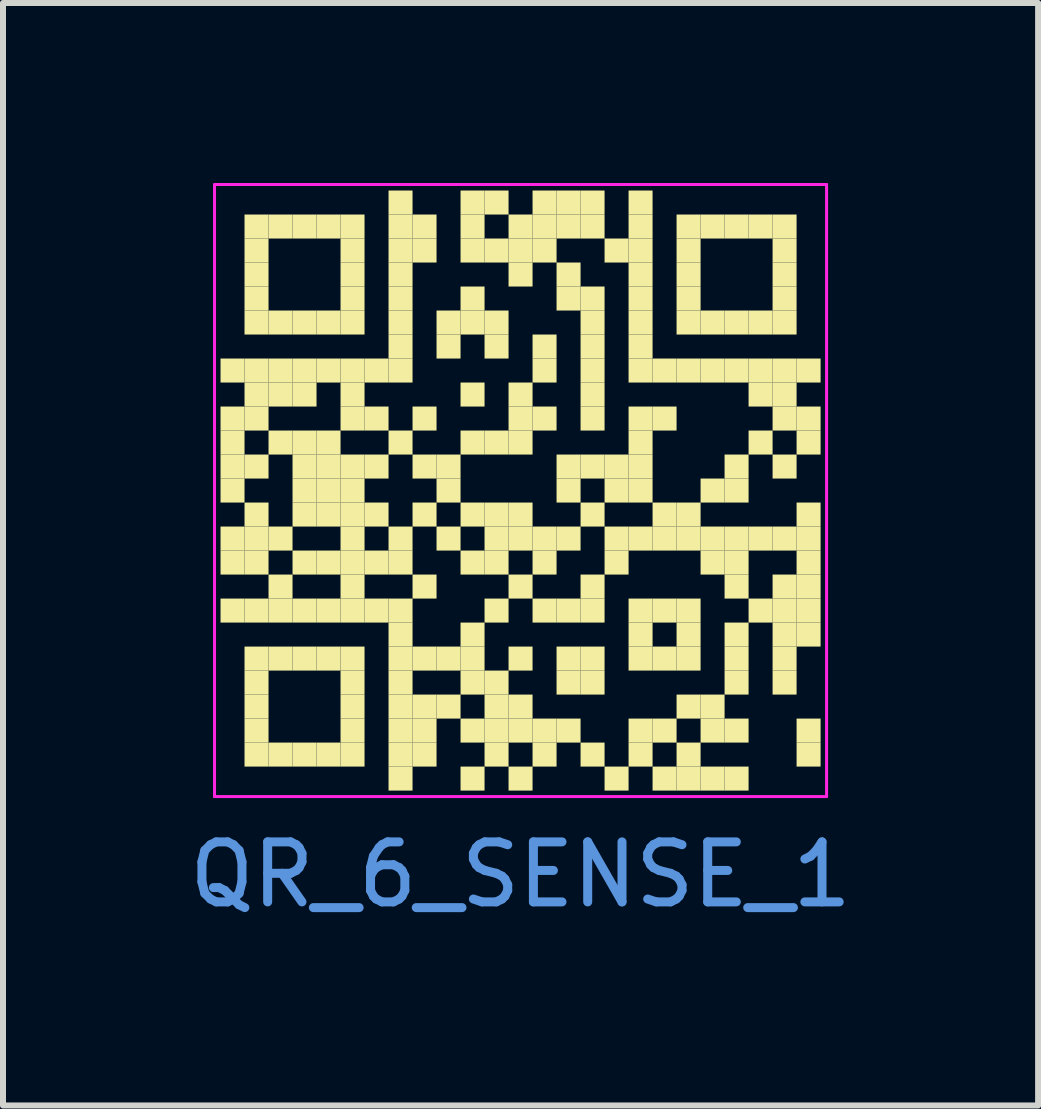
<source format=kicad_pcb>
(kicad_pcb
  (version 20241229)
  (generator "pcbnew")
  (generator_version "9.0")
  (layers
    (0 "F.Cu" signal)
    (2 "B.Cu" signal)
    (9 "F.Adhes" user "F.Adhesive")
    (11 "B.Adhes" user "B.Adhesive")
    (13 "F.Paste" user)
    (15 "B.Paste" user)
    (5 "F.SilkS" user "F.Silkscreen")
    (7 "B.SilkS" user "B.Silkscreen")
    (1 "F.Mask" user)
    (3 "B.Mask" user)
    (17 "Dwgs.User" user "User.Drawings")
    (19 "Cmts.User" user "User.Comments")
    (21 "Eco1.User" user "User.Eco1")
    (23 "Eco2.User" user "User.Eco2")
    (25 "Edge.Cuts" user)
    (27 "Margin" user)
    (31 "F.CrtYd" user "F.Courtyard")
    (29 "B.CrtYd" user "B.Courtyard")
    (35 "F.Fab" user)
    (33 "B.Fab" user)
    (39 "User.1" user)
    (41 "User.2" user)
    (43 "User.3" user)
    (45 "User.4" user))
  (footprint "QR_6_SENSE_1"
    (layer "F.Cu")
    (at 5.625 5.125)
    (property "Reference" "QR_6_SENSE_1" (at 0 6.4 0) (layer "Cmts.User") (effects (font (size 1 1) (thickness 0.15))))
    (fp_rect (start -5 -2.2) (end -4.6 -1.8) (stroke (width 0) (type solid)) (fill yes) (layer "F.SilkS"))
    (fp_rect (start -5 -1.4) (end -4.6 -1) (stroke (width 0) (type solid)) (fill yes) (layer "F.SilkS"))
    (fp_rect (start -5 -1) (end -4.6 -0.6) (stroke (width 0) (type solid)) (fill yes) (layer "F.SilkS"))
    (fp_rect (start -5 -0.6) (end -4.6 -0.2) (stroke (width 0) (type solid)) (fill yes) (layer "F.SilkS"))
    (fp_rect (start -5 -0.2) (end -4.6 0.2) (stroke (width 0) (type solid)) (fill yes) (layer "F.SilkS"))
    (fp_rect (start -5 0.6) (end -4.6 1) (stroke (width 0) (type solid)) (fill yes) (layer "F.SilkS"))
    (fp_rect (start -5 1) (end -4.6 1.4) (stroke (width 0) (type solid)) (fill yes) (layer "F.SilkS"))
    (fp_rect (start -5 1.8) (end -4.6 2.2) (stroke (width 0) (type solid)) (fill yes) (layer "F.SilkS"))
    (fp_rect (start -4.6 -4.6) (end -4.2 -4.2) (stroke (width 0) (type solid)) (fill yes) (layer "F.SilkS"))
    (fp_rect (start -4.6 -4.2) (end -4.2 -3.8) (stroke (width 0) (type solid)) (fill yes) (layer "F.SilkS"))
    (fp_rect (start -4.6 -3.8) (end -4.2 -3.4) (stroke (width 0) (type solid)) (fill yes) (layer "F.SilkS"))
    (fp_rect (start -4.6 -3.4) (end -4.2 -3) (stroke (width 0) (type solid)) (fill yes) (layer "F.SilkS"))
    (fp_rect (start -4.6 -3) (end -4.2 -2.6) (stroke (width 0) (type solid)) (fill yes) (layer "F.SilkS"))
    (fp_rect (start -4.6 -2.2) (end -4.2 -1.8) (stroke (width 0) (type solid)) (fill yes) (layer "F.SilkS"))
    (fp_rect (start -4.6 -1.8) (end -4.2 -1.4) (stroke (width 0) (type solid)) (fill yes) (layer "F.SilkS"))
    (fp_rect (start -4.6 -1.4) (end -4.2 -1) (stroke (width 0) (type solid)) (fill yes) (layer "F.SilkS"))
    (fp_rect (start -4.6 -0.6) (end -4.2 -0.2) (stroke (width 0) (type solid)) (fill yes) (layer "F.SilkS"))
    (fp_rect (start -4.6 0.2) (end -4.2 0.6) (stroke (width 0) (type solid)) (fill yes) (layer "F.SilkS"))
    (fp_rect (start -4.6 0.6) (end -4.2 1) (stroke (width 0) (type solid)) (fill yes) (layer "F.SilkS"))
    (fp_rect (start -4.6 1) (end -4.2 1.4) (stroke (width 0) (type solid)) (fill yes) (layer "F.SilkS"))
    (fp_rect (start -4.6 1.8) (end -4.2 2.2) (stroke (width 0) (type solid)) (fill yes) (layer "F.SilkS"))
    (fp_rect (start -4.6 2.6) (end -4.2 3) (stroke (width 0) (type solid)) (fill yes) (layer "F.SilkS"))
    (fp_rect (start -4.6 3) (end -4.2 3.4) (stroke (width 0) (type solid)) (fill yes) (layer "F.SilkS"))
    (fp_rect (start -4.6 3.4) (end -4.2 3.8) (stroke (width 0) (type solid)) (fill yes) (layer "F.SilkS"))
    (fp_rect (start -4.6 3.8) (end -4.2 4.2) (stroke (width 0) (type solid)) (fill yes) (layer "F.SilkS"))
    (fp_rect (start -4.6 4.2) (end -4.2 4.6) (stroke (width 0) (type solid)) (fill yes) (layer "F.SilkS"))
    (fp_rect (start -4.2 -4.6) (end -3.8 -4.2) (stroke (width 0) (type solid)) (fill yes) (layer "F.SilkS"))
    (fp_rect (start -4.2 -3) (end -3.8 -2.6) (stroke (width 0) (type solid)) (fill yes) (layer "F.SilkS"))
    (fp_rect (start -4.2 -2.2) (end -3.8 -1.8) (stroke (width 0) (type solid)) (fill yes) (layer "F.SilkS"))
    (fp_rect (start -4.2 -1.8) (end -3.8 -1.4) (stroke (width 0) (type solid)) (fill yes) (layer "F.SilkS"))
    (fp_rect (start -4.2 -1) (end -3.8 -0.6) (stroke (width 0) (type solid)) (fill yes) (layer "F.SilkS"))
    (fp_rect (start -4.2 0.6) (end -3.8 1) (stroke (width 0) (type solid)) (fill yes) (layer "F.SilkS"))
    (fp_rect (start -4.2 1.4) (end -3.8 1.8) (stroke (width 0) (type solid)) (fill yes) (layer "F.SilkS"))
    (fp_rect (start -4.2 1.8) (end -3.8 2.2) (stroke (width 0) (type solid)) (fill yes) (layer "F.SilkS"))
    (fp_rect (start -4.2 2.6) (end -3.8 3) (stroke (width 0) (type solid)) (fill yes) (layer "F.SilkS"))
    (fp_rect (start -4.2 4.2) (end -3.8 4.6) (stroke (width 0) (type solid)) (fill yes) (layer "F.SilkS"))
    (fp_rect (start -3.8 -4.6) (end -3.4 -4.2) (stroke (width 0) (type solid)) (fill yes) (layer "F.SilkS"))
    (fp_rect (start -3.8 -3) (end -3.4 -2.6) (stroke (width 0) (type solid)) (fill yes) (layer "F.SilkS"))
    (fp_rect (start -3.8 -2.2) (end -3.4 -1.8) (stroke (width 0) (type solid)) (fill yes) (layer "F.SilkS"))
    (fp_rect (start -3.8 -1.8) (end -3.4 -1.4) (stroke (width 0) (type solid)) (fill yes) (layer "F.SilkS"))
    (fp_rect (start -3.8 -1) (end -3.4 -0.6) (stroke (width 0) (type solid)) (fill yes) (layer "F.SilkS"))
    (fp_rect (start -3.8 -0.6) (end -3.4 -0.2) (stroke (width 0) (type solid)) (fill yes) (layer "F.SilkS"))
    (fp_rect (start -3.8 -0.2) (end -3.4 0.2) (stroke (width 0) (type solid)) (fill yes) (layer "F.SilkS"))
    (fp_rect (start -3.8 0.2) (end -3.4 0.6) (stroke (width 0) (type solid)) (fill yes) (layer "F.SilkS"))
    (fp_rect (start -3.8 1) (end -3.4 1.4) (stroke (width 0) (type solid)) (fill yes) (layer "F.SilkS"))
    (fp_rect (start -3.8 1.8) (end -3.4 2.2) (stroke (width 0) (type solid)) (fill yes) (layer "F.SilkS"))
    (fp_rect (start -3.8 2.6) (end -3.4 3) (stroke (width 0) (type solid)) (fill yes) (layer "F.SilkS"))
    (fp_rect (start -3.8 4.2) (end -3.4 4.6) (stroke (width 0) (type solid)) (fill yes) (layer "F.SilkS"))
    (fp_rect (start -3.4 -4.6) (end -3 -4.2) (stroke (width 0) (type solid)) (fill yes) (layer "F.SilkS"))
    (fp_rect (start -3.4 -3) (end -3 -2.6) (stroke (width 0) (type solid)) (fill yes) (layer "F.SilkS"))
    (fp_rect (start -3.4 -2.2) (end -3 -1.8) (stroke (width 0) (type solid)) (fill yes) (layer "F.SilkS"))
    (fp_rect (start -3.4 -1) (end -3 -0.6) (stroke (width 0) (type solid)) (fill yes) (layer "F.SilkS"))
    (fp_rect (start -3.4 -0.6) (end -3 -0.2) (stroke (width 0) (type solid)) (fill yes) (layer "F.SilkS"))
    (fp_rect (start -3.4 -0.2) (end -3 0.2) (stroke (width 0) (type solid)) (fill yes) (layer "F.SilkS"))
    (fp_rect (start -3.4 0.2) (end -3 0.6) (stroke (width 0) (type solid)) (fill yes) (layer "F.SilkS"))
    (fp_rect (start -3.4 1) (end -3 1.4) (stroke (width 0) (type solid)) (fill yes) (layer "F.SilkS"))
    (fp_rect (start -3.4 1.8) (end -3 2.2) (stroke (width 0) (type solid)) (fill yes) (layer "F.SilkS"))
    (fp_rect (start -3.4 2.6) (end -3 3) (stroke (width 0) (type solid)) (fill yes) (layer "F.SilkS"))
    (fp_rect (start -3.4 4.2) (end -3 4.6) (stroke (width 0) (type solid)) (fill yes) (layer "F.SilkS"))
    (fp_rect (start -3 -4.6) (end -2.6 -4.2) (stroke (width 0) (type solid)) (fill yes) (layer "F.SilkS"))
    (fp_rect (start -3 -4.2) (end -2.6 -3.8) (stroke (width 0) (type solid)) (fill yes) (layer "F.SilkS"))
    (fp_rect (start -3 -3.8) (end -2.6 -3.4) (stroke (width 0) (type solid)) (fill yes) (layer "F.SilkS"))
    (fp_rect (start -3 -3.4) (end -2.6 -3) (stroke (width 0) (type solid)) (fill yes) (layer "F.SilkS"))
    (fp_rect (start -3 -3) (end -2.6 -2.6) (stroke (width 0) (type solid)) (fill yes) (layer "F.SilkS"))
    (fp_rect (start -3 -2.2) (end -2.6 -1.8) (stroke (width 0) (type solid)) (fill yes) (layer "F.SilkS"))
    (fp_rect (start -3 -1.8) (end -2.6 -1.4) (stroke (width 0) (type solid)) (fill yes) (layer "F.SilkS"))
    (fp_rect (start -3 -1.4) (end -2.6 -1) (stroke (width 0) (type solid)) (fill yes) (layer "F.SilkS"))
    (fp_rect (start -3 -0.6) (end -2.6 -0.2) (stroke (width 0) (type solid)) (fill yes) (layer "F.SilkS"))
    (fp_rect (start -3 -0.2) (end -2.6 0.2) (stroke (width 0) (type solid)) (fill yes) (layer "F.SilkS"))
    (fp_rect (start -3 0.2) (end -2.6 0.6) (stroke (width 0) (type solid)) (fill yes) (layer "F.SilkS"))
    (fp_rect (start -3 0.6) (end -2.6 1) (stroke (width 0) (type solid)) (fill yes) (layer "F.SilkS"))
    (fp_rect (start -3 1) (end -2.6 1.4) (stroke (width 0) (type solid)) (fill yes) (layer "F.SilkS"))
    (fp_rect (start -3 1.4) (end -2.6 1.8) (stroke (width 0) (type solid)) (fill yes) (layer "F.SilkS"))
    (fp_rect (start -3 1.8) (end -2.6 2.2) (stroke (width 0) (type solid)) (fill yes) (layer "F.SilkS"))
    (fp_rect (start -3 2.6) (end -2.6 3) (stroke (width 0) (type solid)) (fill yes) (layer "F.SilkS"))
    (fp_rect (start -3 3) (end -2.6 3.4) (stroke (width 0) (type solid)) (fill yes) (layer "F.SilkS"))
    (fp_rect (start -3 3.4) (end -2.6 3.8) (stroke (width 0) (type solid)) (fill yes) (layer "F.SilkS"))
    (fp_rect (start -3 3.8) (end -2.6 4.2) (stroke (width 0) (type solid)) (fill yes) (layer "F.SilkS"))
    (fp_rect (start -3 4.2) (end -2.6 4.6) (stroke (width 0) (type solid)) (fill yes) (layer "F.SilkS"))
    (fp_rect (start -2.6 -2.2) (end -2.2 -1.8) (stroke (width 0) (type solid)) (fill yes) (layer "F.SilkS"))
    (fp_rect (start -2.6 -1.4) (end -2.2 -1) (stroke (width 0) (type solid)) (fill yes) (layer "F.SilkS"))
    (fp_rect (start -2.6 -0.6) (end -2.2 -0.2) (stroke (width 0) (type solid)) (fill yes) (layer "F.SilkS"))
    (fp_rect (start -2.6 0.2) (end -2.2 0.6) (stroke (width 0) (type solid)) (fill yes) (layer "F.SilkS"))
    (fp_rect (start -2.6 1) (end -2.2 1.4) (stroke (width 0) (type solid)) (fill yes) (layer "F.SilkS"))
    (fp_rect (start -2.6 1.8) (end -2.2 2.2) (stroke (width 0) (type solid)) (fill yes) (layer "F.SilkS"))
    (fp_rect (start -2.2 -5) (end -1.8 -4.6) (stroke (width 0) (type solid)) (fill yes) (layer "F.SilkS"))
    (fp_rect (start -2.2 -4.6) (end -1.8 -4.2) (stroke (width 0) (type solid)) (fill yes) (layer "F.SilkS"))
    (fp_rect (start -2.2 -4.2) (end -1.8 -3.8) (stroke (width 0) (type solid)) (fill yes) (layer "F.SilkS"))
    (fp_rect (start -2.2 -3.8) (end -1.8 -3.4) (stroke (width 0) (type solid)) (fill yes) (layer "F.SilkS"))
    (fp_rect (start -2.2 -3.4) (end -1.8 -3) (stroke (width 0) (type solid)) (fill yes) (layer "F.SilkS"))
    (fp_rect (start -2.2 -3) (end -1.8 -2.6) (stroke (width 0) (type solid)) (fill yes) (layer "F.SilkS"))
    (fp_rect (start -2.2 -2.6) (end -1.8 -2.2) (stroke (width 0) (type solid)) (fill yes) (layer "F.SilkS"))
    (fp_rect (start -2.2 -2.2) (end -1.8 -1.8) (stroke (width 0) (type solid)) (fill yes) (layer "F.SilkS"))
    (fp_rect (start -2.2 -1) (end -1.8 -0.6) (stroke (width 0) (type solid)) (fill yes) (layer "F.SilkS"))
    (fp_rect (start -2.2 0.6) (end -1.8 1) (stroke (width 0) (type solid)) (fill yes) (layer "F.SilkS"))
    (fp_rect (start -2.2 1) (end -1.8 1.4) (stroke (width 0) (type solid)) (fill yes) (layer "F.SilkS"))
    (fp_rect (start -2.2 1.8) (end -1.8 2.2) (stroke (width 0) (type solid)) (fill yes) (layer "F.SilkS"))
    (fp_rect (start -2.2 2.2) (end -1.8 2.6) (stroke (width 0) (type solid)) (fill yes) (layer "F.SilkS"))
    (fp_rect (start -2.2 2.6) (end -1.8 3) (stroke (width 0) (type solid)) (fill yes) (layer "F.SilkS"))
    (fp_rect (start -2.2 3) (end -1.8 3.4) (stroke (width 0) (type solid)) (fill yes) (layer "F.SilkS"))
    (fp_rect (start -2.2 3.4) (end -1.8 3.8) (stroke (width 0) (type solid)) (fill yes) (layer "F.SilkS"))
    (fp_rect (start -2.2 3.8) (end -1.8 4.2) (stroke (width 0) (type solid)) (fill yes) (layer "F.SilkS"))
    (fp_rect (start -2.2 4.2) (end -1.8 4.6) (stroke (width 0) (type solid)) (fill yes) (layer "F.SilkS"))
    (fp_rect (start -2.2 4.6) (end -1.8 5) (stroke (width 0) (type solid)) (fill yes) (layer "F.SilkS"))
    (fp_rect (start -1.8 -4.6) (end -1.4 -4.2) (stroke (width 0) (type solid)) (fill yes) (layer "F.SilkS"))
    (fp_rect (start -1.8 -4.2) (end -1.4 -3.8) (stroke (width 0) (type solid)) (fill yes) (layer "F.SilkS"))
    (fp_rect (start -1.8 -1.4) (end -1.4 -1) (stroke (width 0) (type solid)) (fill yes) (layer "F.SilkS"))
    (fp_rect (start -1.8 -0.6) (end -1.4 -0.2) (stroke (width 0) (type solid)) (fill yes) (layer "F.SilkS"))
    (fp_rect (start -1.8 0.2) (end -1.4 0.6) (stroke (width 0) (type solid)) (fill yes) (layer "F.SilkS"))
    (fp_rect (start -1.8 1.4) (end -1.4 1.8) (stroke (width 0) (type solid)) (fill yes) (layer "F.SilkS"))
    (fp_rect (start -1.8 2.6) (end -1.4 3) (stroke (width 0) (type solid)) (fill yes) (layer "F.SilkS"))
    (fp_rect (start -1.8 3.4) (end -1.4 3.8) (stroke (width 0) (type solid)) (fill yes) (layer "F.SilkS"))
    (fp_rect (start -1.8 3.8) (end -1.4 4.2) (stroke (width 0) (type solid)) (fill yes) (layer "F.SilkS"))
    (fp_rect (start -1.8 4.2) (end -1.4 4.6) (stroke (width 0) (type solid)) (fill yes) (layer "F.SilkS"))
    (fp_rect (start -1.4 -3) (end -1 -2.6) (stroke (width 0) (type solid)) (fill yes) (layer "F.SilkS"))
    (fp_rect (start -1.4 -2.6) (end -1 -2.2) (stroke (width 0) (type solid)) (fill yes) (layer "F.SilkS"))
    (fp_rect (start -1.4 -0.6) (end -1 -0.2) (stroke (width 0) (type solid)) (fill yes) (layer "F.SilkS"))
    (fp_rect (start -1.4 -0.2) (end -1 0.2) (stroke (width 0) (type solid)) (fill yes) (layer "F.SilkS"))
    (fp_rect (start -1.4 0.6) (end -1 1) (stroke (width 0) (type solid)) (fill yes) (layer "F.SilkS"))
    (fp_rect (start -1.4 2.6) (end -1 3) (stroke (width 0) (type solid)) (fill yes) (layer "F.SilkS"))
    (fp_rect (start -1.4 3.4) (end -1 3.8) (stroke (width 0) (type solid)) (fill yes) (layer "F.SilkS"))
    (fp_rect (start -1 -5) (end -0.6 -4.6) (stroke (width 0) (type solid)) (fill yes) (layer "F.SilkS"))
    (fp_rect (start -1 -4.6) (end -0.6 -4.2) (stroke (width 0) (type solid)) (fill yes) (layer "F.SilkS"))
    (fp_rect (start -1 -4.2) (end -0.6 -3.8) (stroke (width 0) (type solid)) (fill yes) (layer "F.SilkS"))
    (fp_rect (start -1 -3.4) (end -0.6 -3) (stroke (width 0) (type solid)) (fill yes) (layer "F.SilkS"))
    (fp_rect (start -1 -3) (end -0.6 -2.6) (stroke (width 0) (type solid)) (fill yes) (layer "F.SilkS"))
    (fp_rect (start -1 -1.8) (end -0.6 -1.4) (stroke (width 0) (type solid)) (fill yes) (layer "F.SilkS"))
    (fp_rect (start -1 -1) (end -0.6 -0.6) (stroke (width 0) (type solid)) (fill yes) (layer "F.SilkS"))
    (fp_rect (start -1 0.2) (end -0.6 0.6) (stroke (width 0) (type solid)) (fill yes) (layer "F.SilkS"))
    (fp_rect (start -1 1) (end -0.6 1.4) (stroke (width 0) (type solid)) (fill yes) (layer "F.SilkS"))
    (fp_rect (start -1 2.2) (end -0.6 2.6) (stroke (width 0) (type solid)) (fill yes) (layer "F.SilkS"))
    (fp_rect (start -1 2.6) (end -0.6 3) (stroke (width 0) (type solid)) (fill yes) (layer "F.SilkS"))
    (fp_rect (start -1 3) (end -0.6 3.4) (stroke (width 0) (type solid)) (fill yes) (layer "F.SilkS"))
    (fp_rect (start -1 3.8) (end -0.6 4.2) (stroke (width 0) (type solid)) (fill yes) (layer "F.SilkS"))
    (fp_rect (start -1 4.6) (end -0.6 5) (stroke (width 0) (type solid)) (fill yes) (layer "F.SilkS"))
    (fp_rect (start -0.6 -5) (end -0.2 -4.6) (stroke (width 0) (type solid)) (fill yes) (layer "F.SilkS"))
    (fp_rect (start -0.6 -4.2) (end -0.2 -3.8) (stroke (width 0) (type solid)) (fill yes) (layer "F.SilkS"))
    (fp_rect (start -0.6 -3) (end -0.2 -2.6) (stroke (width 0) (type solid)) (fill yes) (layer "F.SilkS"))
    (fp_rect (start -0.6 -2.6) (end -0.2 -2.2) (stroke (width 0) (type solid)) (fill yes) (layer "F.SilkS"))
    (fp_rect (start -0.6 -1) (end -0.2 -0.6) (stroke (width 0) (type solid)) (fill yes) (layer "F.SilkS"))
    (fp_rect (start -0.6 0.2) (end -0.2 0.6) (stroke (width 0) (type solid)) (fill yes) (layer "F.SilkS"))
    (fp_rect (start -0.6 0.6) (end -0.2 1) (stroke (width 0) (type solid)) (fill yes) (layer "F.SilkS"))
    (fp_rect (start -0.6 1) (end -0.2 1.4) (stroke (width 0) (type solid)) (fill yes) (layer "F.SilkS"))
    (fp_rect (start -0.6 1.8) (end -0.2 2.2) (stroke (width 0) (type solid)) (fill yes) (layer "F.SilkS"))
    (fp_rect (start -0.6 3) (end -0.2 3.4) (stroke (width 0) (type solid)) (fill yes) (layer "F.SilkS"))
    (fp_rect (start -0.6 3.4) (end -0.2 3.8) (stroke (width 0) (type solid)) (fill yes) (layer "F.SilkS"))
    (fp_rect (start -0.6 3.8) (end -0.2 4.2) (stroke (width 0) (type solid)) (fill yes) (layer "F.SilkS"))
    (fp_rect (start -0.6 4.2) (end -0.2 4.6) (stroke (width 0) (type solid)) (fill yes) (layer "F.SilkS"))
    (fp_rect (start -0.2 -4.6) (end 0.2 -4.2) (stroke (width 0) (type solid)) (fill yes) (layer "F.SilkS"))
    (fp_rect (start -0.2 -4.2) (end 0.2 -3.8) (stroke (width 0) (type solid)) (fill yes) (layer "F.SilkS"))
    (fp_rect (start -0.2 -3.8) (end 0.2 -3.4) (stroke (width 0) (type solid)) (fill yes) (layer "F.SilkS"))
    (fp_rect (start -0.2 -1.8) (end 0.2 -1.4) (stroke (width 0) (type solid)) (fill yes) (layer "F.SilkS"))
    (fp_rect (start -0.2 -1.4) (end 0.2 -1) (stroke (width 0) (type solid)) (fill yes) (layer "F.SilkS"))
    (fp_rect (start -0.2 -1) (end 0.2 -0.6) (stroke (width 0) (type solid)) (fill yes) (layer "F.SilkS"))
    (fp_rect (start -0.2 0.2) (end 0.2 0.6) (stroke (width 0) (type solid)) (fill yes) (layer "F.SilkS"))
    (fp_rect (start -0.2 0.6) (end 0.2 1) (stroke (width 0) (type solid)) (fill yes) (layer "F.SilkS"))
    (fp_rect (start -0.2 1.4) (end 0.2 1.8) (stroke (width 0) (type solid)) (fill yes) (layer "F.SilkS"))
    (fp_rect (start -0.2 2.6) (end 0.2 3) (stroke (width 0) (type solid)) (fill yes) (layer "F.SilkS"))
    (fp_rect (start -0.2 3.4) (end 0.2 3.8) (stroke (width 0) (type solid)) (fill yes) (layer "F.SilkS"))
    (fp_rect (start -0.2 3.8) (end 0.2 4.2) (stroke (width 0) (type solid)) (fill yes) (layer "F.SilkS"))
    (fp_rect (start -0.2 4.6) (end 0.2 5) (stroke (width 0) (type solid)) (fill yes) (layer "F.SilkS"))
    (fp_rect (start 0.2 -5) (end 0.6 -4.6) (stroke (width 0) (type solid)) (fill yes) (layer "F.SilkS"))
    (fp_rect (start 0.2 -4.6) (end 0.6 -4.2) (stroke (width 0) (type solid)) (fill yes) (layer "F.SilkS"))
    (fp_rect (start 0.2 -4.2) (end 0.6 -3.8) (stroke (width 0) (type solid)) (fill yes) (layer "F.SilkS"))
    (fp_rect (start 0.2 -2.6) (end 0.6 -2.2) (stroke (width 0) (type solid)) (fill yes) (layer "F.SilkS"))
    (fp_rect (start 0.2 -2.2) (end 0.6 -1.8) (stroke (width 0) (type solid)) (fill yes) (layer "F.SilkS"))
    (fp_rect (start 0.2 -1.4) (end 0.6 -1) (stroke (width 0) (type solid)) (fill yes) (layer "F.SilkS"))
    (fp_rect (start 0.2 0.6) (end 0.6 1) (stroke (width 0) (type solid)) (fill yes) (layer "F.SilkS"))
    (fp_rect (start 0.2 1) (end 0.6 1.4) (stroke (width 0) (type solid)) (fill yes) (layer "F.SilkS"))
    (fp_rect (start 0.2 1.8) (end 0.6 2.2) (stroke (width 0) (type solid)) (fill yes) (layer "F.SilkS"))
    (fp_rect (start 0.2 3.8) (end 0.6 4.2) (stroke (width 0) (type solid)) (fill yes) (layer "F.SilkS"))
    (fp_rect (start 0.2 4.2) (end 0.6 4.6) (stroke (width 0) (type solid)) (fill yes) (layer "F.SilkS"))
    (fp_rect (start 0.6 -5) (end 1 -4.6) (stroke (width 0) (type solid)) (fill yes) (layer "F.SilkS"))
    (fp_rect (start 0.6 -4.6) (end 1 -4.2) (stroke (width 0) (type solid)) (fill yes) (layer "F.SilkS"))
    (fp_rect (start 0.6 -3.8) (end 1 -3.4) (stroke (width 0) (type solid)) (fill yes) (layer "F.SilkS"))
    (fp_rect (start 0.6 -3.4) (end 1 -3) (stroke (width 0) (type solid)) (fill yes) (layer "F.SilkS"))
    (fp_rect (start 0.6 -0.6) (end 1 -0.2) (stroke (width 0) (type solid)) (fill yes) (layer "F.SilkS"))
    (fp_rect (start 0.6 -0.2) (end 1 0.2) (stroke (width 0) (type solid)) (fill yes) (layer "F.SilkS"))
    (fp_rect (start 0.6 0.6) (end 1 1) (stroke (width 0) (type solid)) (fill yes) (layer "F.SilkS"))
    (fp_rect (start 0.6 1.8) (end 1 2.2) (stroke (width 0) (type solid)) (fill yes) (layer "F.SilkS"))
    (fp_rect (start 0.6 2.6) (end 1 3) (stroke (width 0) (type solid)) (fill yes) (layer "F.SilkS"))
    (fp_rect (start 0.6 3) (end 1 3.4) (stroke (width 0) (type solid)) (fill yes) (layer "F.SilkS"))
    (fp_rect (start 0.6 3.8) (end 1 4.2) (stroke (width 0) (type solid)) (fill yes) (layer "F.SilkS"))
    (fp_rect (start 1 -5) (end 1.4 -4.6) (stroke (width 0) (type solid)) (fill yes) (layer "F.SilkS"))
    (fp_rect (start 1 -4.6) (end 1.4 -4.2) (stroke (width 0) (type solid)) (fill yes) (layer "F.SilkS"))
    (fp_rect (start 1 -3.4) (end 1.4 -3) (stroke (width 0) (type solid)) (fill yes) (layer "F.SilkS"))
    (fp_rect (start 1 -3) (end 1.4 -2.6) (stroke (width 0) (type solid)) (fill yes) (layer "F.SilkS"))
    (fp_rect (start 1 -2.6) (end 1.4 -2.2) (stroke (width 0) (type solid)) (fill yes) (layer "F.SilkS"))
    (fp_rect (start 1 -2.2) (end 1.4 -1.8) (stroke (width 0) (type solid)) (fill yes) (layer "F.SilkS"))
    (fp_rect (start 1 -1.8) (end 1.4 -1.4) (stroke (width 0) (type solid)) (fill yes) (layer "F.SilkS"))
    (fp_rect (start 1 -1.4) (end 1.4 -1) (stroke (width 0) (type solid)) (fill yes) (layer "F.SilkS"))
    (fp_rect (start 1 -0.6) (end 1.4 -0.2) (stroke (width 0) (type solid)) (fill yes) (layer "F.SilkS"))
    (fp_rect (start 1 0.2) (end 1.4 0.6) (stroke (width 0) (type solid)) (fill yes) (layer "F.SilkS"))
    (fp_rect (start 1 1.4) (end 1.4 1.8) (stroke (width 0) (type solid)) (fill yes) (layer "F.SilkS"))
    (fp_rect (start 1 1.8) (end 1.4 2.2) (stroke (width 0) (type solid)) (fill yes) (layer "F.SilkS"))
    (fp_rect (start 1 2.6) (end 1.4 3) (stroke (width 0) (type solid)) (fill yes) (layer "F.SilkS"))
    (fp_rect (start 1 3) (end 1.4 3.4) (stroke (width 0) (type solid)) (fill yes) (layer "F.SilkS"))
    (fp_rect (start 1 4.2) (end 1.4 4.6) (stroke (width 0) (type solid)) (fill yes) (layer "F.SilkS"))
    (fp_rect (start 1.4 -4.2) (end 1.8 -3.8) (stroke (width 0) (type solid)) (fill yes) (layer "F.SilkS"))
    (fp_rect (start 1.4 -0.6) (end 1.8 -0.2) (stroke (width 0) (type solid)) (fill yes) (layer "F.SilkS"))
    (fp_rect (start 1.4 -0.2) (end 1.8 0.2) (stroke (width 0) (type solid)) (fill yes) (layer "F.SilkS"))
    (fp_rect (start 1.4 0.6) (end 1.8 1) (stroke (width 0) (type solid)) (fill yes) (layer "F.SilkS"))
    (fp_rect (start 1.4 1) (end 1.8 1.4) (stroke (width 0) (type solid)) (fill yes) (layer "F.SilkS"))
    (fp_rect (start 1.4 4.6) (end 1.8 5) (stroke (width 0) (type solid)) (fill yes) (layer "F.SilkS"))
    (fp_rect (start 1.8 -5) (end 2.2 -4.6) (stroke (width 0) (type solid)) (fill yes) (layer "F.SilkS"))
    (fp_rect (start 1.8 -4.6) (end 2.2 -4.2) (stroke (width 0) (type solid)) (fill yes) (layer "F.SilkS"))
    (fp_rect (start 1.8 -4.2) (end 2.2 -3.8) (stroke (width 0) (type solid)) (fill yes) (layer "F.SilkS"))
    (fp_rect (start 1.8 -3.8) (end 2.2 -3.4) (stroke (width 0) (type solid)) (fill yes) (layer "F.SilkS"))
    (fp_rect (start 1.8 -3.4) (end 2.2 -3) (stroke (width 0) (type solid)) (fill yes) (layer "F.SilkS"))
    (fp_rect (start 1.8 -3) (end 2.2 -2.6) (stroke (width 0) (type solid)) (fill yes) (layer "F.SilkS"))
    (fp_rect (start 1.8 -2.6) (end 2.2 -2.2) (stroke (width 0) (type solid)) (fill yes) (layer "F.SilkS"))
    (fp_rect (start 1.8 -2.2) (end 2.2 -1.8) (stroke (width 0) (type solid)) (fill yes) (layer "F.SilkS"))
    (fp_rect (start 1.8 -1.4) (end 2.2 -1) (stroke (width 0) (type solid)) (fill yes) (layer "F.SilkS"))
    (fp_rect (start 1.8 -1) (end 2.2 -0.6) (stroke (width 0) (type solid)) (fill yes) (layer "F.SilkS"))
    (fp_rect (start 1.8 -0.6) (end 2.2 -0.2) (stroke (width 0) (type solid)) (fill yes) (layer "F.SilkS"))
    (fp_rect (start 1.8 -0.2) (end 2.2 0.2) (stroke (width 0) (type solid)) (fill yes) (layer "F.SilkS"))
    (fp_rect (start 1.8 0.6) (end 2.2 1) (stroke (width 0) (type solid)) (fill yes) (layer "F.SilkS"))
    (fp_rect (start 1.8 1.8) (end 2.2 2.2) (stroke (width 0) (type solid)) (fill yes) (layer "F.SilkS"))
    (fp_rect (start 1.8 2.2) (end 2.2 2.6) (stroke (width 0) (type solid)) (fill yes) (layer "F.SilkS"))
    (fp_rect (start 1.8 2.6) (end 2.2 3) (stroke (width 0) (type solid)) (fill yes) (layer "F.SilkS"))
    (fp_rect (start 1.8 3.8) (end 2.2 4.2) (stroke (width 0) (type solid)) (fill yes) (layer "F.SilkS"))
    (fp_rect (start 1.8 4.2) (end 2.2 4.6) (stroke (width 0) (type solid)) (fill yes) (layer "F.SilkS"))
    (fp_rect (start 2.2 -2.2) (end 2.6 -1.8) (stroke (width 0) (type solid)) (fill yes) (layer "F.SilkS"))
    (fp_rect (start 2.2 -1.4) (end 2.6 -1) (stroke (width 0) (type solid)) (fill yes) (layer "F.SilkS"))
    (fp_rect (start 2.2 0.2) (end 2.6 0.6) (stroke (width 0) (type solid)) (fill yes) (layer "F.SilkS"))
    (fp_rect (start 2.2 0.6) (end 2.6 1) (stroke (width 0) (type solid)) (fill yes) (layer "F.SilkS"))
    (fp_rect (start 2.2 1.8) (end 2.6 2.2) (stroke (width 0) (type solid)) (fill yes) (layer "F.SilkS"))
    (fp_rect (start 2.2 2.6) (end 2.6 3) (stroke (width 0) (type solid)) (fill yes) (layer "F.SilkS"))
    (fp_rect (start 2.2 3.8) (end 2.6 4.2) (stroke (width 0) (type solid)) (fill yes) (layer "F.SilkS"))
    (fp_rect (start 2.2 4.6) (end 2.6 5) (stroke (width 0) (type solid)) (fill yes) (layer "F.SilkS"))
    (fp_rect (start 2.6 -4.6) (end 3 -4.2) (stroke (width 0) (type solid)) (fill yes) (layer "F.SilkS"))
    (fp_rect (start 2.6 -4.2) (end 3 -3.8) (stroke (width 0) (type solid)) (fill yes) (layer "F.SilkS"))
    (fp_rect (start 2.6 -3.8) (end 3 -3.4) (stroke (width 0) (type solid)) (fill yes) (layer "F.SilkS"))
    (fp_rect (start 2.6 -3.4) (end 3 -3) (stroke (width 0) (type solid)) (fill yes) (layer "F.SilkS"))
    (fp_rect (start 2.6 -3) (end 3 -2.6) (stroke (width 0) (type solid)) (fill yes) (layer "F.SilkS"))
    (fp_rect (start 2.6 -2.2) (end 3 -1.8) (stroke (width 0) (type solid)) (fill yes) (layer "F.SilkS"))
    (fp_rect (start 2.6 0.2) (end 3 0.6) (stroke (width 0) (type solid)) (fill yes) (layer "F.SilkS"))
    (fp_rect (start 2.6 0.6) (end 3 1) (stroke (width 0) (type solid)) (fill yes) (layer "F.SilkS"))
    (fp_rect (start 2.6 1.8) (end 3 2.2) (stroke (width 0) (type solid)) (fill yes) (layer "F.SilkS"))
    (fp_rect (start 2.6 2.2) (end 3 2.6) (stroke (width 0) (type solid)) (fill yes) (layer "F.SilkS"))
    (fp_rect (start 2.6 2.6) (end 3 3) (stroke (width 0) (type solid)) (fill yes) (layer "F.SilkS"))
    (fp_rect (start 2.6 3.4) (end 3 3.8) (stroke (width 0) (type solid)) (fill yes) (layer "F.SilkS"))
    (fp_rect (start 2.6 4.2) (end 3 4.6) (stroke (width 0) (type solid)) (fill yes) (layer "F.SilkS"))
    (fp_rect (start 2.6 4.6) (end 3 5) (stroke (width 0) (type solid)) (fill yes) (layer "F.SilkS"))
    (fp_rect (start 3 -4.6) (end 3.4 -4.2) (stroke (width 0) (type solid)) (fill yes) (layer "F.SilkS"))
    (fp_rect (start 3 -3) (end 3.4 -2.6) (stroke (width 0) (type solid)) (fill yes) (layer "F.SilkS"))
    (fp_rect (start 3 -2.2) (end 3.4 -1.8) (stroke (width 0) (type solid)) (fill yes) (layer "F.SilkS"))
    (fp_rect (start 3 -0.2) (end 3.4 0.2) (stroke (width 0) (type solid)) (fill yes) (layer "F.SilkS"))
    (fp_rect (start 3 0.6) (end 3.4 1) (stroke (width 0) (type solid)) (fill yes) (layer "F.SilkS"))
    (fp_rect (start 3 1) (end 3.4 1.4) (stroke (width 0) (type solid)) (fill yes) (layer "F.SilkS"))
    (fp_rect (start 3 3.4) (end 3.4 3.8) (stroke (width 0) (type solid)) (fill yes) (layer "F.SilkS"))
    (fp_rect (start 3 3.8) (end 3.4 4.2) (stroke (width 0) (type solid)) (fill yes) (layer "F.SilkS"))
    (fp_rect (start 3 4.6) (end 3.4 5) (stroke (width 0) (type solid)) (fill yes) (layer "F.SilkS"))
    (fp_rect (start 3.4 -4.6) (end 3.8 -4.2) (stroke (width 0) (type solid)) (fill yes) (layer "F.SilkS"))
    (fp_rect (start 3.4 -3) (end 3.8 -2.6) (stroke (width 0) (type solid)) (fill yes) (layer "F.SilkS"))
    (fp_rect (start 3.4 -2.2) (end 3.8 -1.8) (stroke (width 0) (type solid)) (fill yes) (layer "F.SilkS"))
    (fp_rect (start 3.4 -0.6) (end 3.8 -0.2) (stroke (width 0) (type solid)) (fill yes) (layer "F.SilkS"))
    (fp_rect (start 3.4 -0.2) (end 3.8 0.2) (stroke (width 0) (type solid)) (fill yes) (layer "F.SilkS"))
    (fp_rect (start 3.4 0.6) (end 3.8 1) (stroke (width 0) (type solid)) (fill yes) (layer "F.SilkS"))
    (fp_rect (start 3.4 1) (end 3.8 1.4) (stroke (width 0) (type solid)) (fill yes) (layer "F.SilkS"))
    (fp_rect (start 3.4 1.4) (end 3.8 1.8) (stroke (width 0) (type solid)) (fill yes) (layer "F.SilkS"))
    (fp_rect (start 3.4 2.2) (end 3.8 2.6) (stroke (width 0) (type solid)) (fill yes) (layer "F.SilkS"))
    (fp_rect (start 3.4 2.6) (end 3.8 3) (stroke (width 0) (type solid)) (fill yes) (layer "F.SilkS"))
    (fp_rect (start 3.4 3) (end 3.8 3.4) (stroke (width 0) (type solid)) (fill yes) (layer "F.SilkS"))
    (fp_rect (start 3.4 3.8) (end 3.8 4.2) (stroke (width 0) (type solid)) (fill yes) (layer "F.SilkS"))
    (fp_rect (start 3.4 4.6) (end 3.8 5) (stroke (width 0) (type solid)) (fill yes) (layer "F.SilkS"))
    (fp_rect (start 3.8 -4.6) (end 4.2 -4.2) (stroke (width 0) (type solid)) (fill yes) (layer "F.SilkS"))
    (fp_rect (start 3.8 -3) (end 4.2 -2.6) (stroke (width 0) (type solid)) (fill yes) (layer "F.SilkS"))
    (fp_rect (start 3.8 -2.2) (end 4.2 -1.8) (stroke (width 0) (type solid)) (fill yes) (layer "F.SilkS"))
    (fp_rect (start 3.8 -1.8) (end 4.2 -1.4) (stroke (width 0) (type solid)) (fill yes) (layer "F.SilkS"))
    (fp_rect (start 3.8 -1) (end 4.2 -0.6) (stroke (width 0) (type solid)) (fill yes) (layer "F.SilkS"))
    (fp_rect (start 3.8 0.6) (end 4.2 1) (stroke (width 0) (type solid)) (fill yes) (layer "F.SilkS"))
    (fp_rect (start 3.8 1.8) (end 4.2 2.2) (stroke (width 0) (type solid)) (fill yes) (layer "F.SilkS"))
    (fp_rect (start 4.2 -4.6) (end 4.6 -4.2) (stroke (width 0) (type solid)) (fill yes) (layer "F.SilkS"))
    (fp_rect (start 4.2 -4.2) (end 4.6 -3.8) (stroke (width 0) (type solid)) (fill yes) (layer "F.SilkS"))
    (fp_rect (start 4.2 -3.8) (end 4.6 -3.4) (stroke (width 0) (type solid)) (fill yes) (layer "F.SilkS"))
    (fp_rect (start 4.2 -3.4) (end 4.6 -3) (stroke (width 0) (type solid)) (fill yes) (layer "F.SilkS"))
    (fp_rect (start 4.2 -3) (end 4.6 -2.6) (stroke (width 0) (type solid)) (fill yes) (layer "F.SilkS"))
    (fp_rect (start 4.2 -2.2) (end 4.6 -1.8) (stroke (width 0) (type solid)) (fill yes) (layer "F.SilkS"))
    (fp_rect (start 4.2 -1.8) (end 4.6 -1.4) (stroke (width 0) (type solid)) (fill yes) (layer "F.SilkS"))
    (fp_rect (start 4.2 -1.4) (end 4.6 -1) (stroke (width 0) (type solid)) (fill yes) (layer "F.SilkS"))
    (fp_rect (start 4.2 -0.6) (end 4.6 -0.2) (stroke (width 0) (type solid)) (fill yes) (layer "F.SilkS"))
    (fp_rect (start 4.2 0.6) (end 4.6 1) (stroke (width 0) (type solid)) (fill yes) (layer "F.SilkS"))
    (fp_rect (start 4.2 1.4) (end 4.6 1.8) (stroke (width 0) (type solid)) (fill yes) (layer "F.SilkS"))
    (fp_rect (start 4.2 1.8) (end 4.6 2.2) (stroke (width 0) (type solid)) (fill yes) (layer "F.SilkS"))
    (fp_rect (start 4.2 2.2) (end 4.6 2.6) (stroke (width 0) (type solid)) (fill yes) (layer "F.SilkS"))
    (fp_rect (start 4.2 2.6) (end 4.6 3) (stroke (width 0) (type solid)) (fill yes) (layer "F.SilkS"))
    (fp_rect (start 4.2 3) (end 4.6 3.4) (stroke (width 0) (type solid)) (fill yes) (layer "F.SilkS"))
    (fp_rect (start 4.6 -2.2) (end 5 -1.8) (stroke (width 0) (type solid)) (fill yes) (layer "F.SilkS"))
    (fp_rect (start 4.6 -1.4) (end 5 -1) (stroke (width 0) (type solid)) (fill yes) (layer "F.SilkS"))
    (fp_rect (start 4.6 -1) (end 5 -0.6) (stroke (width 0) (type solid)) (fill yes) (layer "F.SilkS"))
    (fp_rect (start 4.6 0.2) (end 5 0.6) (stroke (width 0) (type solid)) (fill yes) (layer "F.SilkS"))
    (fp_rect (start 4.6 0.6) (end 5 1) (stroke (width 0) (type solid)) (fill yes) (layer "F.SilkS"))
    (fp_rect (start 4.6 1) (end 5 1.4) (stroke (width 0) (type solid)) (fill yes) (layer "F.SilkS"))
    (fp_rect (start 4.6 1.4) (end 5 1.8) (stroke (width 0) (type solid)) (fill yes) (layer "F.SilkS"))
    (fp_rect (start 4.6 1.8) (end 5 2.2) (stroke (width 0) (type solid)) (fill yes) (layer "F.SilkS"))
    (fp_rect (start 4.6 2.2) (end 5 2.6) (stroke (width 0) (type solid)) (fill yes) (layer "F.SilkS"))
    (fp_rect (start 4.6 3.8) (end 5 4.2) (stroke (width 0) (type solid)) (fill yes) (layer "F.SilkS"))
    (fp_rect (start 4.6 4.2) (end 5 4.6) (stroke (width 0) (type solid)) (fill yes) (layer "F.SilkS"))
    (fp_line (start -5.1 -5.1) (end 5.1 -5.1) (stroke (width 0.05) (type solid)) (layer "F.CrtYd"))
    (fp_line (start -5.1 5.1) (end -5.1 -5.1) (stroke (width 0.05) (type solid)) (layer "F.CrtYd"))
    (fp_line (start 5.1 -5.1) (end 5.1 5.1) (stroke (width 0.05) (type solid)) (layer "F.CrtYd"))
    (fp_line (start 5.1 5.1) (end -5.1 5.1) (stroke (width 0.05) (type solid)) (layer "F.CrtYd")))
  (gr_rect
    (start -3 -3)
    (end 14.25 15.373)
    (stroke (width 0.1) (type default))
    (fill no)
    (layer "Edge.Cuts")))
</source>
